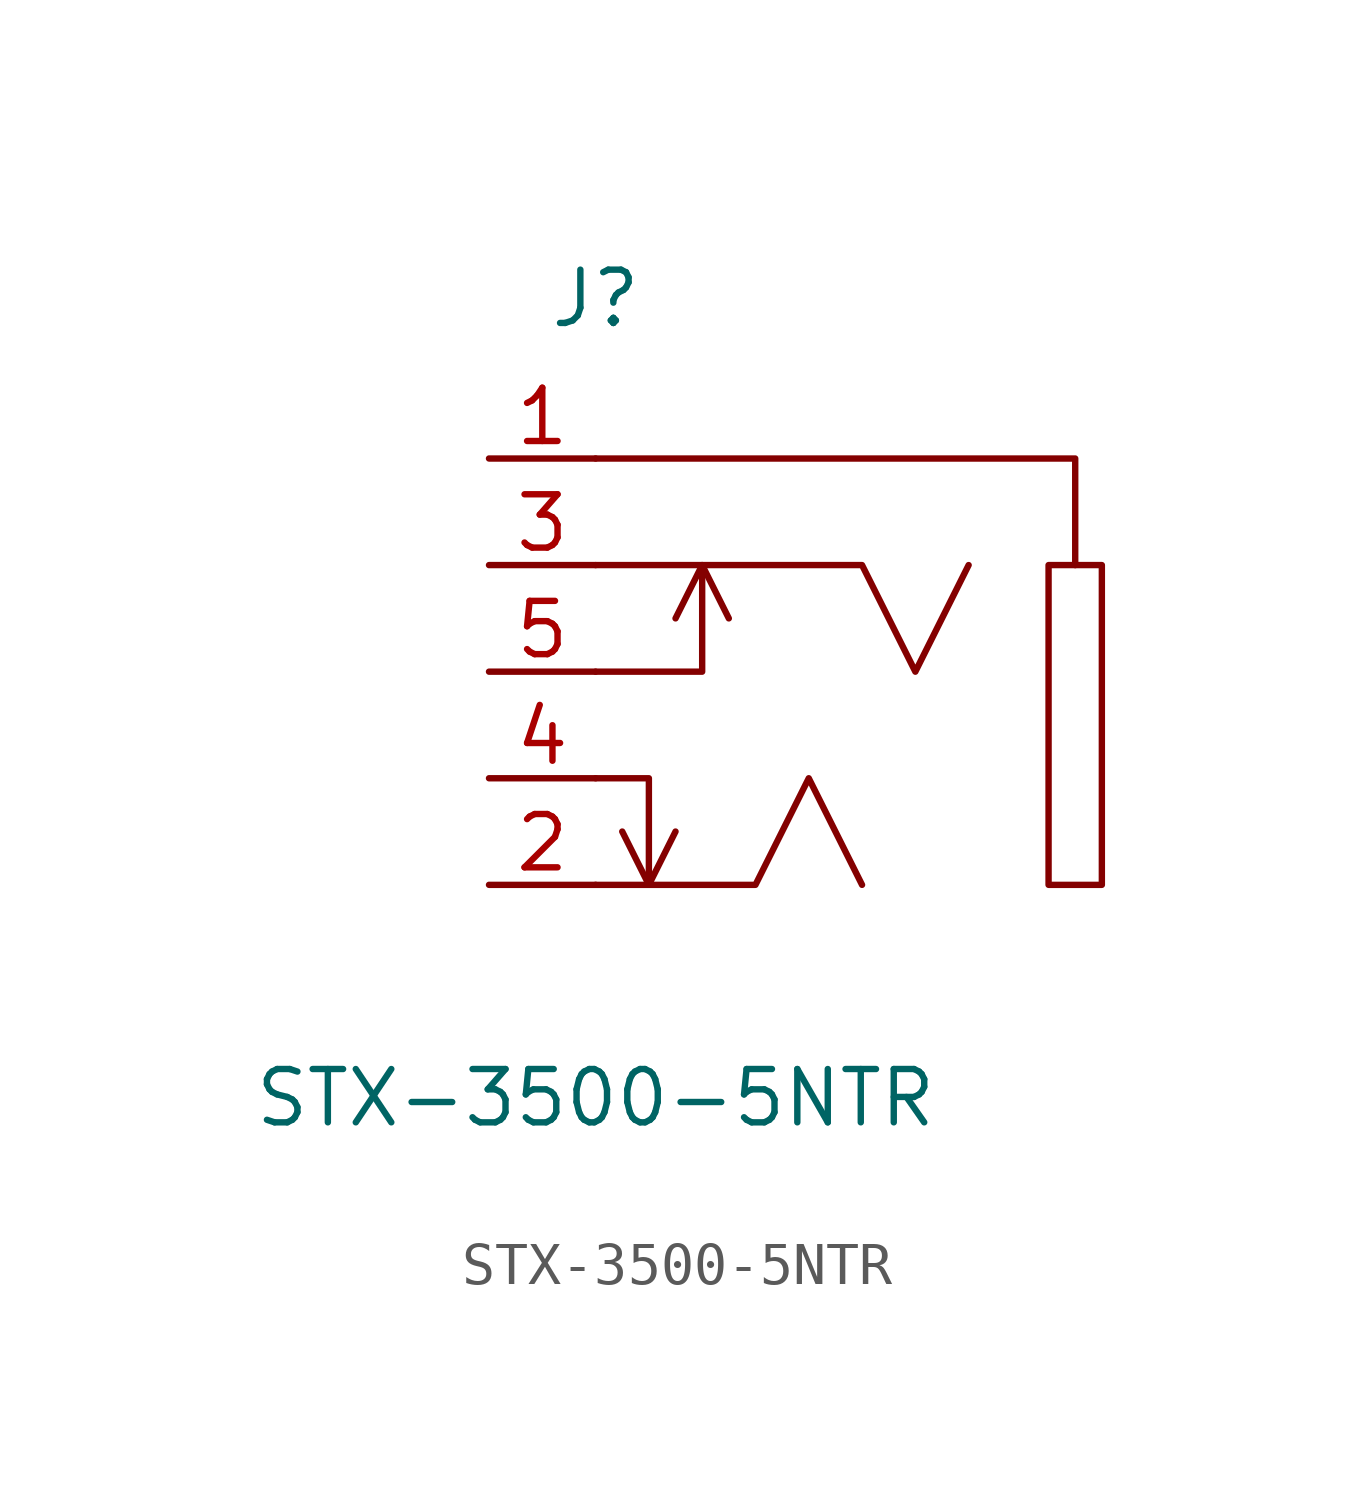
<source format=kicad_sym>
(kicad_symbol_lib
  (version 20220914)
  (generator kicad_symbol_editor)
  (symbol "STX-3500-5NTR"
    (pin_names
      (offset 1.016))
    (property "Reference" "J"
      (at -2.54 10.16 0)
      (effects (font (size 1.27 1.27))))
    (property "Value" "STX-3500-5NTR"
      (at -2.54 -8.89 0)
      (effects (font (size 1.27 1.27))))
    (symbol "STX-3500-5NTR_0_1"
      (polyline (pts (xy -2.54 -1.27) (xy -1.27 -1.27) (xy -1.27 -3.81)) (stroke (width 0) (type solid)) (fill (type none)))
      (polyline (pts (xy -2.54 1.27) (xy 0 1.27) (xy 0 3.81)) (stroke (width 0) (type solid)) (fill (type none)))
      (polyline (pts (xy -2.54 6.35) (xy 8.89 6.35) (xy 8.89 3.81)) (stroke (width 0) (type solid)) (fill (type none)))
      (polyline (pts (xy -0.635 -2.54) (xy -1.27 -3.81) (xy -1.905 -2.54)) (stroke (width 0) (type solid)) (fill (type none)))
      (polyline (pts (xy -0.635 2.54) (xy 0 3.81) (xy 0.635 2.54)) (stroke (width 0) (type solid)) (fill (type none)))
      (polyline (pts (xy -2.54 -3.81) (xy 1.27 -3.81) (xy 2.54 -1.27) (xy 3.81 -3.81)) (stroke (width 0) (type solid)) (fill (type none)))
      (polyline (pts (xy -2.54 3.81) (xy 3.81 3.81) (xy 5.08 1.27) (xy 6.35 3.81)) (stroke (width 0) (type solid)) (fill (type none)))
      (polyline (pts (xy 8.255 3.81) (xy 9.525 3.81) (xy 9.525 -3.81) (xy 8.255 -3.81) (xy 8.255 3.81)) (stroke (width 0) (type solid)) (fill (type none))))
    (symbol "STX-3500-5NTR_1_1"
      (pin passive line (at -5.08 6.35 0) (length 2.54) (name "~" (effects (font (size 1.27 1.27)))) (number "1" (effects (font (size 1.27 1.27)))))
      (pin passive line (at -5.08 -3.81 0) (length 2.54) (name "~" (effects (font (size 1.27 1.27)))) (number "2" (effects (font (size 1.27 1.27)))))
      (pin passive line (at -5.08 3.81 0) (length 2.54) (name "~" (effects (font (size 1.27 1.27)))) (number "3" (effects (font (size 1.27 1.27)))))
      (pin passive line (at -5.08 -1.27 0) (length 2.54) (name "~" (effects (font (size 1.27 1.27)))) (number "4" (effects (font (size 1.27 1.27)))))
      (pin passive line (at -5.08 1.27 0) (length 2.54) (name "~" (effects (font (size 1.27 1.27)))) (number "5" (effects (font (size 1.27 1.27))))))))
</source>
